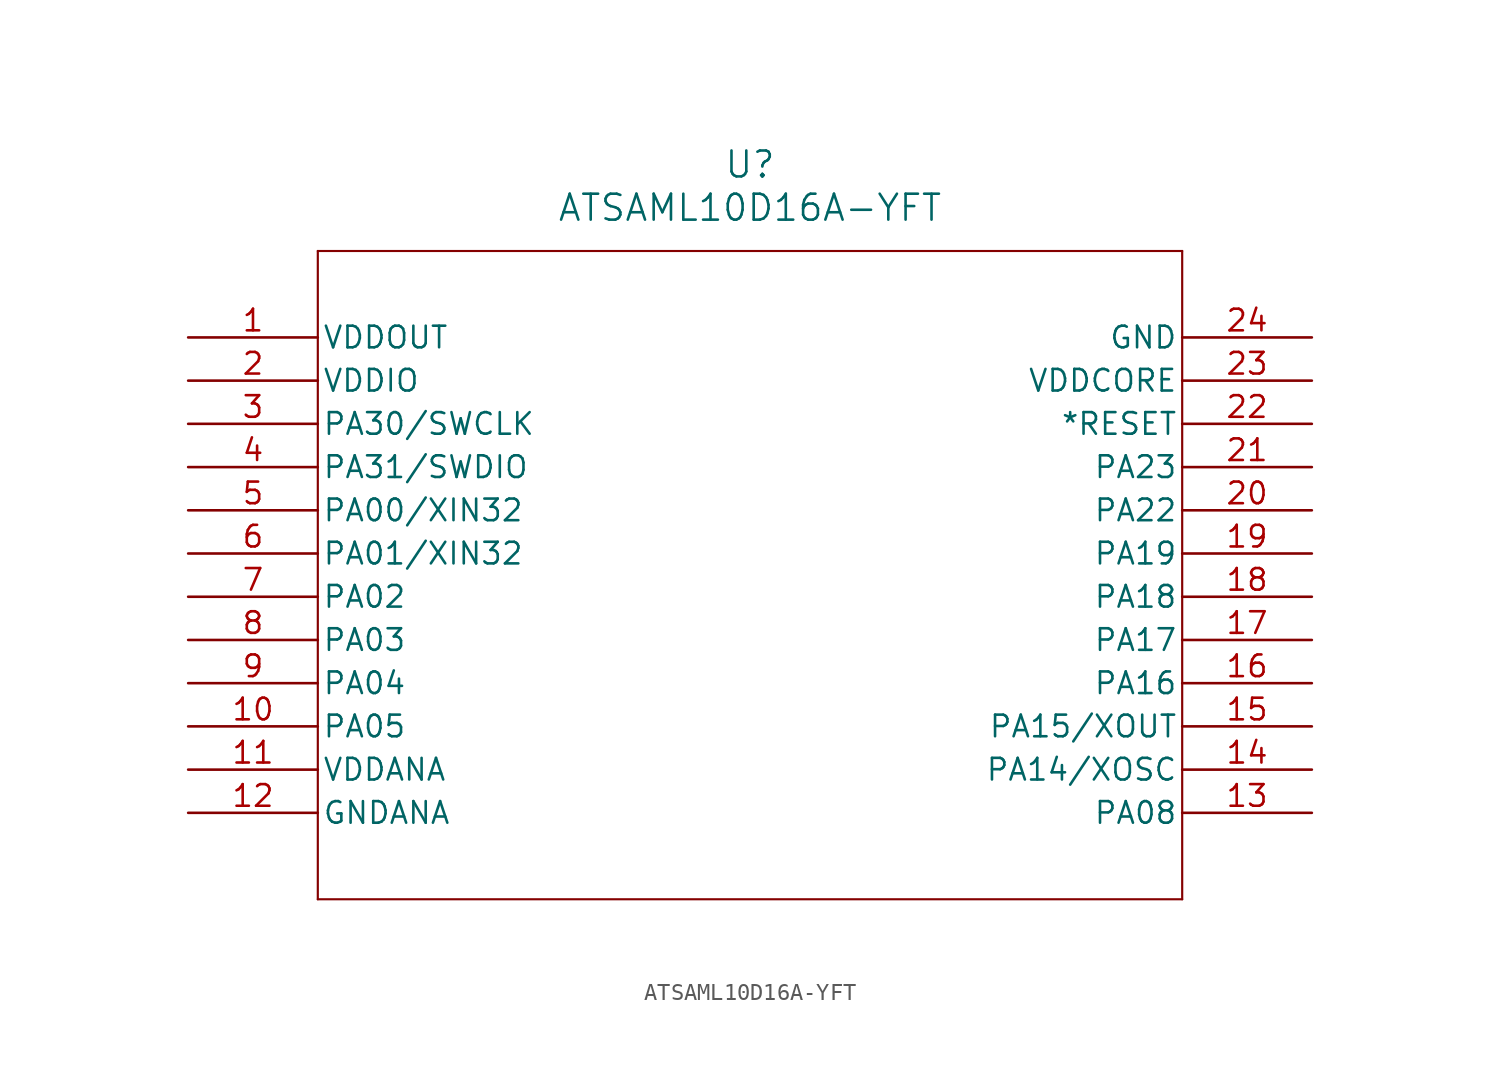
<source format=kicad_sym>
(kicad_symbol_lib
  (version 20211014)
  (generator kicad_symbol_editor)
  (symbol "ATSAML10D16A-YFT"
    (pin_names
      (offset 0.254))
    (property "Reference" "U"
      (at 33.02 10.16 0)
      (effects (font (size 1.524 1.524))))
    (property "Value" "ATSAML10D16A-YFT"
      (at 33.02 7.62 0)
      (effects (font (size 1.524 1.524))))
    (symbol "ATSAML10D16A-YFT_0_1"
      (polyline (pts (xy 7.62 5.08) (xy 7.62 -33.02)) (stroke (width 0.127) (type default) (color 0 0 0 0)) (fill (type none)))
      (polyline (pts (xy 7.62 -33.02) (xy 58.42 -33.02)) (stroke (width 0.127) (type default) (color 0 0 0 0)) (fill (type none)))
      (polyline (pts (xy 58.42 -33.02) (xy 58.42 5.08)) (stroke (width 0.127) (type default) (color 0 0 0 0)) (fill (type none)))
      (polyline (pts (xy 58.42 5.08) (xy 7.62 5.08)) (stroke (width 0.127) (type default) (color 0 0 0 0)) (fill (type none)))
      (pin output line (at 0 0 0) (length 7.62) (name "VDDOUT" (effects (font (size 1.27 1.27)))) (number "1" (effects (font (size 1.27 1.27)))))
      (pin power_in line (at 0 -2.54 0) (length 7.62) (name "VDDIO" (effects (font (size 1.27 1.27)))) (number "2" (effects (font (size 1.27 1.27)))))
      (pin bidirectional line (at 0 -5.08 0) (length 7.62) (name "PA30/SWCLK" (effects (font (size 1.27 1.27)))) (number "3" (effects (font (size 1.27 1.27)))))
      (pin bidirectional line (at 0 -7.62 0) (length 7.62) (name "PA31/SWDIO" (effects (font (size 1.27 1.27)))) (number "4" (effects (font (size 1.27 1.27)))))
      (pin input line (at 0 -10.16 0) (length 7.62) (name "PA00/XIN32" (effects (font (size 1.27 1.27)))) (number "5" (effects (font (size 1.27 1.27)))))
      (pin input line (at 0 -12.7 0) (length 7.62) (name "PA01/XIN32" (effects (font (size 1.27 1.27)))) (number "6" (effects (font (size 1.27 1.27)))))
      (pin bidirectional line (at 0 -15.24 0) (length 7.62) (name "PA02" (effects (font (size 1.27 1.27)))) (number "7" (effects (font (size 1.27 1.27)))))
      (pin bidirectional line (at 0 -17.78 0) (length 7.62) (name "PA03" (effects (font (size 1.27 1.27)))) (number "8" (effects (font (size 1.27 1.27)))))
      (pin bidirectional line (at 0 -20.32 0) (length 7.62) (name "PA04" (effects (font (size 1.27 1.27)))) (number "9" (effects (font (size 1.27 1.27)))))
      (pin bidirectional line (at 0 -22.86 0) (length 7.62) (name "PA05" (effects (font (size 1.27 1.27)))) (number "10" (effects (font (size 1.27 1.27)))))
      (pin power_in line (at 0 -25.4 0) (length 7.62) (name "VDDANA" (effects (font (size 1.27 1.27)))) (number "11" (effects (font (size 1.27 1.27)))))
      (pin power_out line (at 0 -27.94 0) (length 7.62) (name "GNDANA" (effects (font (size 1.27 1.27)))) (number "12" (effects (font (size 1.27 1.27)))))
      (pin bidirectional line (at 66.04 -27.94 180) (length 7.62) (name "PA08" (effects (font (size 1.27 1.27)))) (number "13" (effects (font (size 1.27 1.27)))))
      (pin bidirectional line (at 66.04 -25.4 180) (length 7.62) (name "PA14/XOSC" (effects (font (size 1.27 1.27)))) (number "14" (effects (font (size 1.27 1.27)))))
      (pin output line (at 66.04 -22.86 180) (length 7.62) (name "PA15/XOUT" (effects (font (size 1.27 1.27)))) (number "15" (effects (font (size 1.27 1.27)))))
      (pin bidirectional line (at 66.04 -20.32 180) (length 7.62) (name "PA16" (effects (font (size 1.27 1.27)))) (number "16" (effects (font (size 1.27 1.27)))))
      (pin bidirectional line (at 66.04 -17.78 180) (length 7.62) (name "PA17" (effects (font (size 1.27 1.27)))) (number "17" (effects (font (size 1.27 1.27)))))
      (pin bidirectional line (at 66.04 -15.24 180) (length 7.62) (name "PA18" (effects (font (size 1.27 1.27)))) (number "18" (effects (font (size 1.27 1.27)))))
      (pin bidirectional line (at 66.04 -12.7 180) (length 7.62) (name "PA19" (effects (font (size 1.27 1.27)))) (number "19" (effects (font (size 1.27 1.27)))))
      (pin bidirectional line (at 66.04 -10.16 180) (length 7.62) (name "PA22" (effects (font (size 1.27 1.27)))) (number "20" (effects (font (size 1.27 1.27)))))
      (pin bidirectional line (at 66.04 -7.62 180) (length 7.62) (name "PA23" (effects (font (size 1.27 1.27)))) (number "21" (effects (font (size 1.27 1.27)))))
      (pin unspecified line (at 66.04 -5.08 180) (length 7.62) (name "*RESET" (effects (font (size 1.27 1.27)))) (number "22" (effects (font (size 1.27 1.27)))))
      (pin power_in line (at 66.04 -2.54 180) (length 7.62) (name "VDDCORE" (effects (font (size 1.27 1.27)))) (number "23" (effects (font (size 1.27 1.27)))))
      (pin power_out line (at 66.04 0 180) (length 7.62) (name "GND" (effects (font (size 1.27 1.27)))) (number "24" (effects (font (size 1.27 1.27))))))))
</source>
